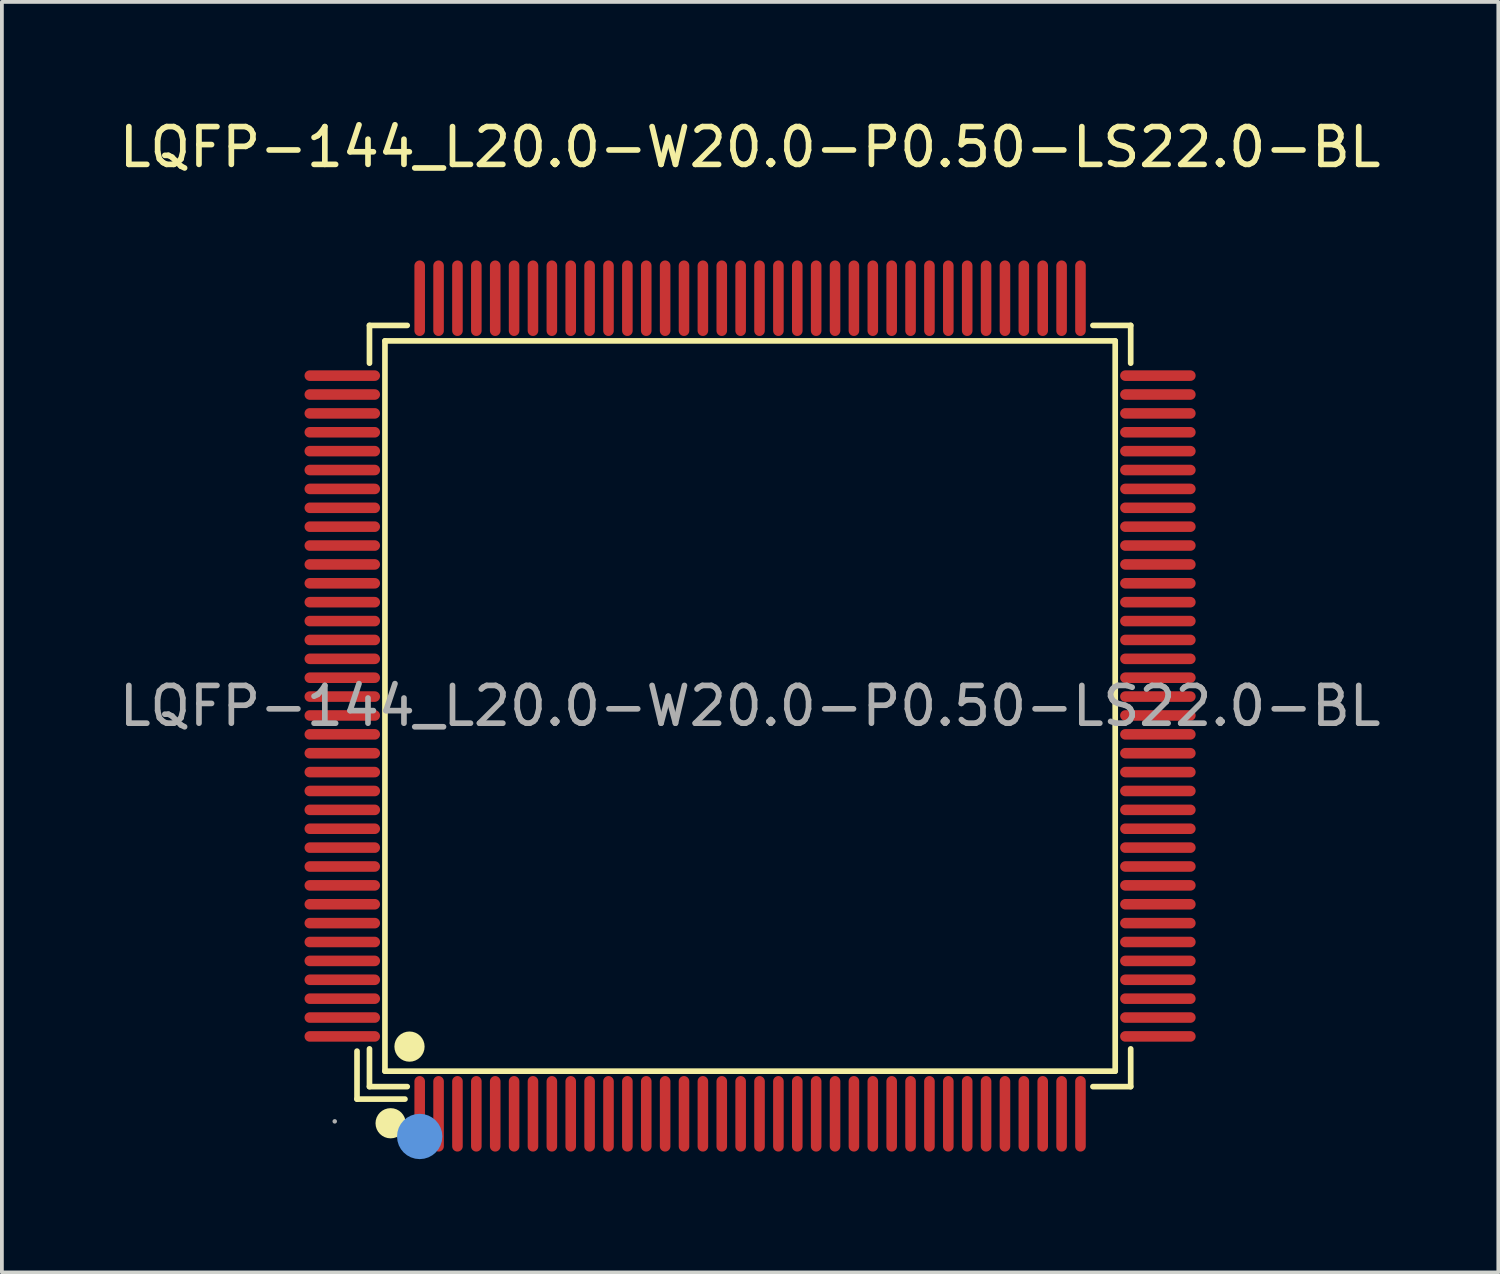
<source format=kicad_pcb>
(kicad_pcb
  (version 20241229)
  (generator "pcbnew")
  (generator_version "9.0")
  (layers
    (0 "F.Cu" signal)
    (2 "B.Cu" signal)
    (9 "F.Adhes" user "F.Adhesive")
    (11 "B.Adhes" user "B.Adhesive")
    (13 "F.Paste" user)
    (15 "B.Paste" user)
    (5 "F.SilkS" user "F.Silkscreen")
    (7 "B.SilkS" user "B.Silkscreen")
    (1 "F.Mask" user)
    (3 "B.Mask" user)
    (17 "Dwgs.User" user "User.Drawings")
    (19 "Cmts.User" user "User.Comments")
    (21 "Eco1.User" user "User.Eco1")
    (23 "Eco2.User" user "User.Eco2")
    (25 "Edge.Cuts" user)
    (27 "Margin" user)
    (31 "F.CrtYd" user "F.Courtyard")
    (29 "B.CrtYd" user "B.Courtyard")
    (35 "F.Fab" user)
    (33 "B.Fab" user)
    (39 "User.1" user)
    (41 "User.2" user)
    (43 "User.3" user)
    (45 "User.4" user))
  (footprint "LQFP-144_L20.0-W20.0-P0.50-LS22.0-BL"
    (layer "F.Cu")
    (at 16.815 15.648)
    (property "Reference" "LQFP-144_L20.0-W20.0-P0.50-LS22.0-BL" (at 0 -14.8 0) (layer "F.SilkS") (effects (font (size 1 1) (thickness 0.15))))
    (attr smd)
    (fp_line (start -10.41 9.14) (end -10.41 10.41) (stroke (width 0.15) (type solid)) (layer "F.SilkS"))
    (fp_line (start -10.41 10.41) (end -9.14 10.41) (stroke (width 0.15) (type solid)) (layer "F.SilkS"))
    (fp_line (start -10.08 -10.08) (end -9.08 -10.08) (stroke (width 0.15) (type solid)) (layer "F.SilkS"))
    (fp_line (start -10.08 -9.08) (end -10.08 -10.08) (stroke (width 0.15) (type solid)) (layer "F.SilkS"))
    (fp_line (start -10.08 9.08) (end -10.08 10.08) (stroke (width 0.15) (type solid)) (layer "F.SilkS"))
    (fp_line (start -10.08 10.08) (end -9.08 10.08) (stroke (width 0.15) (type solid)) (layer "F.SilkS"))
    (fp_line (start -9.67 -9.67) (end 9.67 -9.67) (stroke (width 0.15) (type solid)) (layer "F.SilkS"))
    (fp_line (start -9.67 9.67) (end -9.67 -9.67) (stroke (width 0.15) (type solid)) (layer "F.SilkS"))
    (fp_line (start 9.67 -9.67) (end 9.67 9.67) (stroke (width 0.15) (type solid)) (layer "F.SilkS"))
    (fp_line (start 9.67 9.67) (end -9.67 9.67) (stroke (width 0.15) (type solid)) (layer "F.SilkS"))
    (fp_line (start 10.08 -10.08) (end 9.08 -10.08) (stroke (width 0.15) (type solid)) (layer "F.SilkS"))
    (fp_line (start 10.08 -9.08) (end 10.08 -10.08) (stroke (width 0.15) (type solid)) (layer "F.SilkS"))
    (fp_line (start 10.08 9.08) (end 10.08 10.08) (stroke (width 0.15) (type solid)) (layer "F.SilkS"))
    (fp_line (start 10.08 10.08) (end 9.08 10.08) (stroke (width 0.15) (type solid)) (layer "F.SilkS"))
    (fp_circle (center -9.52 11.05) (end -9.32 11.05) (stroke (width 0.4) (type solid)) (fill no) (layer "F.SilkS"))
    (fp_circle (center -9.02 9.02) (end -8.82 9.02) (stroke (width 0.4) (type solid)) (fill no) (layer "F.SilkS"))
    (fp_circle (center -8.75 11.4) (end -8.45 11.4) (stroke (width 0.6) (type solid)) (fill no) (layer "Cmts.User"))
    (fp_circle (center -11 11) (end -10.97 11) (stroke (width 0.06) (type solid)) (fill no) (layer "F.Fab"))
    (fp_text user "${REFERENCE}" (at 0 0 0) (layer "F.Fab") (effects (font (size 1 1) (thickness 0.15))))
    (pad "1" smd oval (at -8.75 10.8) (size 0.28 2) (layers "F.Cu" "F.Mask" "F.Paste"))
    (pad "2" smd oval (at -8.25 10.8) (size 0.28 2) (layers "F.Cu" "F.Mask" "F.Paste"))
    (pad "3" smd oval (at -7.75 10.8) (size 0.28 2) (layers "F.Cu" "F.Mask" "F.Paste"))
    (pad "4" smd oval (at -7.25 10.8) (size 0.28 2) (layers "F.Cu" "F.Mask" "F.Paste"))
    (pad "5" smd oval (at -6.75 10.8) (size 0.28 2) (layers "F.Cu" "F.Mask" "F.Paste"))
    (pad "6" smd oval (at -6.25 10.8) (size 0.28 2) (layers "F.Cu" "F.Mask" "F.Paste"))
    (pad "7" smd oval (at -5.75 10.8) (size 0.28 2) (layers "F.Cu" "F.Mask" "F.Paste"))
    (pad "8" smd oval (at -5.25 10.8) (size 0.28 2) (layers "F.Cu" "F.Mask" "F.Paste"))
    (pad "9" smd oval (at -4.75 10.8) (size 0.28 2) (layers "F.Cu" "F.Mask" "F.Paste"))
    (pad "10" smd oval (at -4.25 10.8) (size 0.28 2) (layers "F.Cu" "F.Mask" "F.Paste"))
    (pad "11" smd oval (at -3.75 10.8) (size 0.28 2) (layers "F.Cu" "F.Mask" "F.Paste"))
    (pad "12" smd oval (at -3.25 10.8) (size 0.28 2) (layers "F.Cu" "F.Mask" "F.Paste"))
    (pad "13" smd oval (at -2.75 10.8) (size 0.28 2) (layers "F.Cu" "F.Mask" "F.Paste"))
    (pad "14" smd oval (at -2.25 10.8) (size 0.28 2) (layers "F.Cu" "F.Mask" "F.Paste"))
    (pad "15" smd oval (at -1.75 10.8) (size 0.28 2) (layers "F.Cu" "F.Mask" "F.Paste"))
    (pad "16" smd oval (at -1.25 10.8) (size 0.28 2) (layers "F.Cu" "F.Mask" "F.Paste"))
    (pad "17" smd oval (at -0.75 10.8) (size 0.28 2) (layers "F.Cu" "F.Mask" "F.Paste"))
    (pad "18" smd oval (at -0.25 10.8) (size 0.28 2) (layers "F.Cu" "F.Mask" "F.Paste"))
    (pad "19" smd oval (at 0.25 10.8) (size 0.28 2) (layers "F.Cu" "F.Mask" "F.Paste"))
    (pad "20" smd oval (at 0.75 10.8) (size 0.28 2) (layers "F.Cu" "F.Mask" "F.Paste"))
    (pad "21" smd oval (at 1.25 10.8) (size 0.28 2) (layers "F.Cu" "F.Mask" "F.Paste"))
    (pad "22" smd oval (at 1.75 10.8) (size 0.28 2) (layers "F.Cu" "F.Mask" "F.Paste"))
    (pad "23" smd oval (at 2.25 10.8) (size 0.28 2) (layers "F.Cu" "F.Mask" "F.Paste"))
    (pad "24" smd oval (at 2.75 10.8) (size 0.28 2) (layers "F.Cu" "F.Mask" "F.Paste"))
    (pad "25" smd oval (at 3.25 10.8) (size 0.28 2) (layers "F.Cu" "F.Mask" "F.Paste"))
    (pad "26" smd oval (at 3.75 10.8) (size 0.28 2) (layers "F.Cu" "F.Mask" "F.Paste"))
    (pad "27" smd oval (at 4.25 10.8) (size 0.28 2) (layers "F.Cu" "F.Mask" "F.Paste"))
    (pad "28" smd oval (at 4.75 10.8) (size 0.28 2) (layers "F.Cu" "F.Mask" "F.Paste"))
    (pad "29" smd oval (at 5.25 10.8) (size 0.28 2) (layers "F.Cu" "F.Mask" "F.Paste"))
    (pad "30" smd oval (at 5.75 10.8) (size 0.28 2) (layers "F.Cu" "F.Mask" "F.Paste"))
    (pad "31" smd oval (at 6.25 10.8) (size 0.28 2) (layers "F.Cu" "F.Mask" "F.Paste"))
    (pad "32" smd oval (at 6.75 10.8) (size 0.28 2) (layers "F.Cu" "F.Mask" "F.Paste"))
    (pad "33" smd oval (at 7.25 10.8) (size 0.28 2) (layers "F.Cu" "F.Mask" "F.Paste"))
    (pad "34" smd oval (at 7.75 10.8) (size 0.28 2) (layers "F.Cu" "F.Mask" "F.Paste"))
    (pad "35" smd oval (at 8.25 10.8) (size 0.28 2) (layers "F.Cu" "F.Mask" "F.Paste"))
    (pad "36" smd oval (at 8.75 10.8) (size 0.28 2) (layers "F.Cu" "F.Mask" "F.Paste"))
    (pad "37" smd oval (at 10.8 8.75) (size 2 0.28) (layers "F.Cu" "F.Mask" "F.Paste"))
    (pad "38" smd oval (at 10.8 8.25) (size 2 0.28) (layers "F.Cu" "F.Mask" "F.Paste"))
    (pad "39" smd oval (at 10.8 7.75) (size 2 0.28) (layers "F.Cu" "F.Mask" "F.Paste"))
    (pad "40" smd oval (at 10.8 7.25) (size 2 0.28) (layers "F.Cu" "F.Mask" "F.Paste"))
    (pad "41" smd oval (at 10.8 6.75) (size 2 0.28) (layers "F.Cu" "F.Mask" "F.Paste"))
    (pad "42" smd oval (at 10.8 6.25) (size 2 0.28) (layers "F.Cu" "F.Mask" "F.Paste"))
    (pad "43" smd oval (at 10.8 5.75) (size 2 0.28) (layers "F.Cu" "F.Mask" "F.Paste"))
    (pad "44" smd oval (at 10.8 5.25) (size 2 0.28) (layers "F.Cu" "F.Mask" "F.Paste"))
    (pad "45" smd oval (at 10.8 4.75) (size 2 0.28) (layers "F.Cu" "F.Mask" "F.Paste"))
    (pad "46" smd oval (at 10.8 4.25) (size 2 0.28) (layers "F.Cu" "F.Mask" "F.Paste"))
    (pad "47" smd oval (at 10.8 3.75) (size 2 0.28) (layers "F.Cu" "F.Mask" "F.Paste"))
    (pad "48" smd oval (at 10.8 3.25) (size 2 0.28) (layers "F.Cu" "F.Mask" "F.Paste"))
    (pad "49" smd oval (at 10.8 2.75) (size 2 0.28) (layers "F.Cu" "F.Mask" "F.Paste"))
    (pad "50" smd oval (at 10.8 2.25) (size 2 0.28) (layers "F.Cu" "F.Mask" "F.Paste"))
    (pad "51" smd oval (at 10.8 1.75) (size 2 0.28) (layers "F.Cu" "F.Mask" "F.Paste"))
    (pad "52" smd oval (at 10.8 1.25) (size 2 0.28) (layers "F.Cu" "F.Mask" "F.Paste"))
    (pad "53" smd oval (at 10.8 0.75) (size 2 0.28) (layers "F.Cu" "F.Mask" "F.Paste"))
    (pad "54" smd oval (at 10.8 0.25) (size 2 0.28) (layers "F.Cu" "F.Mask" "F.Paste"))
    (pad "55" smd oval (at 10.8 -0.25) (size 2 0.28) (layers "F.Cu" "F.Mask" "F.Paste"))
    (pad "56" smd oval (at 10.8 -0.75) (size 2 0.28) (layers "F.Cu" "F.Mask" "F.Paste"))
    (pad "57" smd oval (at 10.8 -1.25) (size 2 0.28) (layers "F.Cu" "F.Mask" "F.Paste"))
    (pad "58" smd oval (at 10.8 -1.75) (size 2 0.28) (layers "F.Cu" "F.Mask" "F.Paste"))
    (pad "59" smd oval (at 10.8 -2.25) (size 2 0.28) (layers "F.Cu" "F.Mask" "F.Paste"))
    (pad "60" smd oval (at 10.8 -2.75) (size 2 0.28) (layers "F.Cu" "F.Mask" "F.Paste"))
    (pad "61" smd oval (at 10.8 -3.25) (size 2 0.28) (layers "F.Cu" "F.Mask" "F.Paste"))
    (pad "62" smd oval (at 10.8 -3.75) (size 2 0.28) (layers "F.Cu" "F.Mask" "F.Paste"))
    (pad "63" smd oval (at 10.8 -4.25) (size 2 0.28) (layers "F.Cu" "F.Mask" "F.Paste"))
    (pad "64" smd oval (at 10.8 -4.75) (size 2 0.28) (layers "F.Cu" "F.Mask" "F.Paste"))
    (pad "65" smd oval (at 10.8 -5.25) (size 2 0.28) (layers "F.Cu" "F.Mask" "F.Paste"))
    (pad "66" smd oval (at 10.8 -5.75) (size 2 0.28) (layers "F.Cu" "F.Mask" "F.Paste"))
    (pad "67" smd oval (at 10.8 -6.25) (size 2 0.28) (layers "F.Cu" "F.Mask" "F.Paste"))
    (pad "68" smd oval (at 10.8 -6.75) (size 2 0.28) (layers "F.Cu" "F.Mask" "F.Paste"))
    (pad "69" smd oval (at 10.8 -7.25) (size 2 0.28) (layers "F.Cu" "F.Mask" "F.Paste"))
    (pad "70" smd oval (at 10.8 -7.75) (size 2 0.28) (layers "F.Cu" "F.Mask" "F.Paste"))
    (pad "71" smd oval (at 10.8 -8.25) (size 2 0.28) (layers "F.Cu" "F.Mask" "F.Paste"))
    (pad "72" smd oval (at 10.8 -8.75) (size 2 0.28) (layers "F.Cu" "F.Mask" "F.Paste"))
    (pad "73" smd oval (at 8.75 -10.8) (size 0.28 2) (layers "F.Cu" "F.Mask" "F.Paste"))
    (pad "74" smd oval (at 8.25 -10.8) (size 0.28 2) (layers "F.Cu" "F.Mask" "F.Paste"))
    (pad "75" smd oval (at 7.75 -10.8) (size 0.28 2) (layers "F.Cu" "F.Mask" "F.Paste"))
    (pad "76" smd oval (at 7.25 -10.8) (size 0.28 2) (layers "F.Cu" "F.Mask" "F.Paste"))
    (pad "77" smd oval (at 6.75 -10.8) (size 0.28 2) (layers "F.Cu" "F.Mask" "F.Paste"))
    (pad "78" smd oval (at 6.25 -10.8) (size 0.28 2) (layers "F.Cu" "F.Mask" "F.Paste"))
    (pad "79" smd oval (at 5.75 -10.8) (size 0.28 2) (layers "F.Cu" "F.Mask" "F.Paste"))
    (pad "80" smd oval (at 5.25 -10.8) (size 0.28 2) (layers "F.Cu" "F.Mask" "F.Paste"))
    (pad "81" smd oval (at 4.75 -10.8) (size 0.28 2) (layers "F.Cu" "F.Mask" "F.Paste"))
    (pad "82" smd oval (at 4.25 -10.8) (size 0.28 2) (layers "F.Cu" "F.Mask" "F.Paste"))
    (pad "83" smd oval (at 3.75 -10.8) (size 0.28 2) (layers "F.Cu" "F.Mask" "F.Paste"))
    (pad "84" smd oval (at 3.25 -10.8) (size 0.28 2) (layers "F.Cu" "F.Mask" "F.Paste"))
    (pad "85" smd oval (at 2.75 -10.8) (size 0.28 2) (layers "F.Cu" "F.Mask" "F.Paste"))
    (pad "86" smd oval (at 2.25 -10.8) (size 0.28 2) (layers "F.Cu" "F.Mask" "F.Paste"))
    (pad "87" smd oval (at 1.75 -10.8) (size 0.28 2) (layers "F.Cu" "F.Mask" "F.Paste"))
    (pad "88" smd oval (at 1.25 -10.8) (size 0.28 2) (layers "F.Cu" "F.Mask" "F.Paste"))
    (pad "89" smd oval (at 0.75 -10.8) (size 0.28 2) (layers "F.Cu" "F.Mask" "F.Paste"))
    (pad "90" smd oval (at 0.25 -10.8) (size 0.28 2) (layers "F.Cu" "F.Mask" "F.Paste"))
    (pad "91" smd oval (at -0.25 -10.8) (size 0.28 2) (layers "F.Cu" "F.Mask" "F.Paste"))
    (pad "92" smd oval (at -0.75 -10.8) (size 0.28 2) (layers "F.Cu" "F.Mask" "F.Paste"))
    (pad "93" smd oval (at -1.25 -10.8) (size 0.28 2) (layers "F.Cu" "F.Mask" "F.Paste"))
    (pad "94" smd oval (at -1.75 -10.8) (size 0.28 2) (layers "F.Cu" "F.Mask" "F.Paste"))
    (pad "95" smd oval (at -2.25 -10.8) (size 0.28 2) (layers "F.Cu" "F.Mask" "F.Paste"))
    (pad "96" smd oval (at -2.75 -10.8) (size 0.28 2) (layers "F.Cu" "F.Mask" "F.Paste"))
    (pad "97" smd oval (at -3.25 -10.8) (size 0.28 2) (layers "F.Cu" "F.Mask" "F.Paste"))
    (pad "98" smd oval (at -3.75 -10.8) (size 0.28 2) (layers "F.Cu" "F.Mask" "F.Paste"))
    (pad "99" smd oval (at -4.25 -10.8) (size 0.28 2) (layers "F.Cu" "F.Mask" "F.Paste"))
    (pad "100" smd oval (at -4.75 -10.8) (size 0.28 2) (layers "F.Cu" "F.Mask" "F.Paste"))
    (pad "101" smd oval (at -5.25 -10.8) (size 0.28 2) (layers "F.Cu" "F.Mask" "F.Paste"))
    (pad "102" smd oval (at -5.75 -10.8) (size 0.28 2) (layers "F.Cu" "F.Mask" "F.Paste"))
    (pad "103" smd oval (at -6.25 -10.8) (size 0.28 2) (layers "F.Cu" "F.Mask" "F.Paste"))
    (pad "104" smd oval (at -6.75 -10.8) (size 0.28 2) (layers "F.Cu" "F.Mask" "F.Paste"))
    (pad "105" smd oval (at -7.25 -10.8) (size 0.28 2) (layers "F.Cu" "F.Mask" "F.Paste"))
    (pad "106" smd oval (at -7.75 -10.8) (size 0.28 2) (layers "F.Cu" "F.Mask" "F.Paste"))
    (pad "107" smd oval (at -8.25 -10.8) (size 0.28 2) (layers "F.Cu" "F.Mask" "F.Paste"))
    (pad "108" smd oval (at -8.75 -10.8) (size 0.28 2) (layers "F.Cu" "F.Mask" "F.Paste"))
    (pad "109" smd oval (at -10.8 -8.75) (size 2 0.28) (layers "F.Cu" "F.Mask" "F.Paste"))
    (pad "110" smd oval (at -10.8 -8.25) (size 2 0.28) (layers "F.Cu" "F.Mask" "F.Paste"))
    (pad "111" smd oval (at -10.8 -7.75) (size 2 0.28) (layers "F.Cu" "F.Mask" "F.Paste"))
    (pad "112" smd oval (at -10.8 -7.25) (size 2 0.28) (layers "F.Cu" "F.Mask" "F.Paste"))
    (pad "113" smd oval (at -10.8 -6.75) (size 2 0.28) (layers "F.Cu" "F.Mask" "F.Paste"))
    (pad "114" smd oval (at -10.8 -6.25) (size 2 0.28) (layers "F.Cu" "F.Mask" "F.Paste"))
    (pad "115" smd oval (at -10.8 -5.75) (size 2 0.28) (layers "F.Cu" "F.Mask" "F.Paste"))
    (pad "116" smd oval (at -10.8 -5.25) (size 2 0.28) (layers "F.Cu" "F.Mask" "F.Paste"))
    (pad "117" smd oval (at -10.8 -4.75) (size 2 0.28) (layers "F.Cu" "F.Mask" "F.Paste"))
    (pad "118" smd oval (at -10.8 -4.25) (size 2 0.28) (layers "F.Cu" "F.Mask" "F.Paste"))
    (pad "119" smd oval (at -10.8 -3.75) (size 2 0.28) (layers "F.Cu" "F.Mask" "F.Paste"))
    (pad "120" smd oval (at -10.8 -3.25) (size 2 0.28) (layers "F.Cu" "F.Mask" "F.Paste"))
    (pad "121" smd oval (at -10.8 -2.75) (size 2 0.28) (layers "F.Cu" "F.Mask" "F.Paste"))
    (pad "122" smd oval (at -10.8 -2.25) (size 2 0.28) (layers "F.Cu" "F.Mask" "F.Paste"))
    (pad "123" smd oval (at -10.8 -1.75) (size 2 0.28) (layers "F.Cu" "F.Mask" "F.Paste"))
    (pad "124" smd oval (at -10.8 -1.25) (size 2 0.28) (layers "F.Cu" "F.Mask" "F.Paste"))
    (pad "125" smd oval (at -10.8 -0.75) (size 2 0.28) (layers "F.Cu" "F.Mask" "F.Paste"))
    (pad "126" smd oval (at -10.8 -0.25) (size 2 0.28) (layers "F.Cu" "F.Mask" "F.Paste"))
    (pad "127" smd oval (at -10.8 0.25) (size 2 0.28) (layers "F.Cu" "F.Mask" "F.Paste"))
    (pad "128" smd oval (at -10.8 0.75) (size 2 0.28) (layers "F.Cu" "F.Mask" "F.Paste"))
    (pad "129" smd oval (at -10.8 1.25) (size 2 0.28) (layers "F.Cu" "F.Mask" "F.Paste"))
    (pad "130" smd oval (at -10.8 1.75) (size 2 0.28) (layers "F.Cu" "F.Mask" "F.Paste"))
    (pad "131" smd oval (at -10.8 2.25) (size 2 0.28) (layers "F.Cu" "F.Mask" "F.Paste"))
    (pad "132" smd oval (at -10.8 2.75) (size 2 0.28) (layers "F.Cu" "F.Mask" "F.Paste"))
    (pad "133" smd oval (at -10.8 3.25) (size 2 0.28) (layers "F.Cu" "F.Mask" "F.Paste"))
    (pad "134" smd oval (at -10.8 3.75) (size 2 0.28) (layers "F.Cu" "F.Mask" "F.Paste"))
    (pad "135" smd oval (at -10.8 4.25) (size 2 0.28) (layers "F.Cu" "F.Mask" "F.Paste"))
    (pad "136" smd oval (at -10.8 4.75) (size 2 0.28) (layers "F.Cu" "F.Mask" "F.Paste"))
    (pad "137" smd oval (at -10.8 5.25) (size 2 0.28) (layers "F.Cu" "F.Mask" "F.Paste"))
    (pad "138" smd oval (at -10.8 5.75) (size 2 0.28) (layers "F.Cu" "F.Mask" "F.Paste"))
    (pad "139" smd oval (at -10.8 6.25) (size 2 0.28) (layers "F.Cu" "F.Mask" "F.Paste"))
    (pad "140" smd oval (at -10.8 6.75) (size 2 0.28) (layers "F.Cu" "F.Mask" "F.Paste"))
    (pad "141" smd oval (at -10.8 7.25) (size 2 0.28) (layers "F.Cu" "F.Mask" "F.Paste"))
    (pad "142" smd oval (at -10.8 7.75) (size 2 0.28) (layers "F.Cu" "F.Mask" "F.Paste"))
    (pad "143" smd oval (at -10.8 8.25) (size 2 0.28) (layers "F.Cu" "F.Mask" "F.Paste"))
    (pad "144" smd oval (at -10.8 8.75) (size 2 0.28) (layers "F.Cu" "F.Mask" "F.Paste")))
  (gr_rect
    (start -3 -3)
    (end 36.631 30.648)
    (stroke (width 0.1) (type default))
    (fill no)
    (layer "Edge.Cuts")))
</source>
